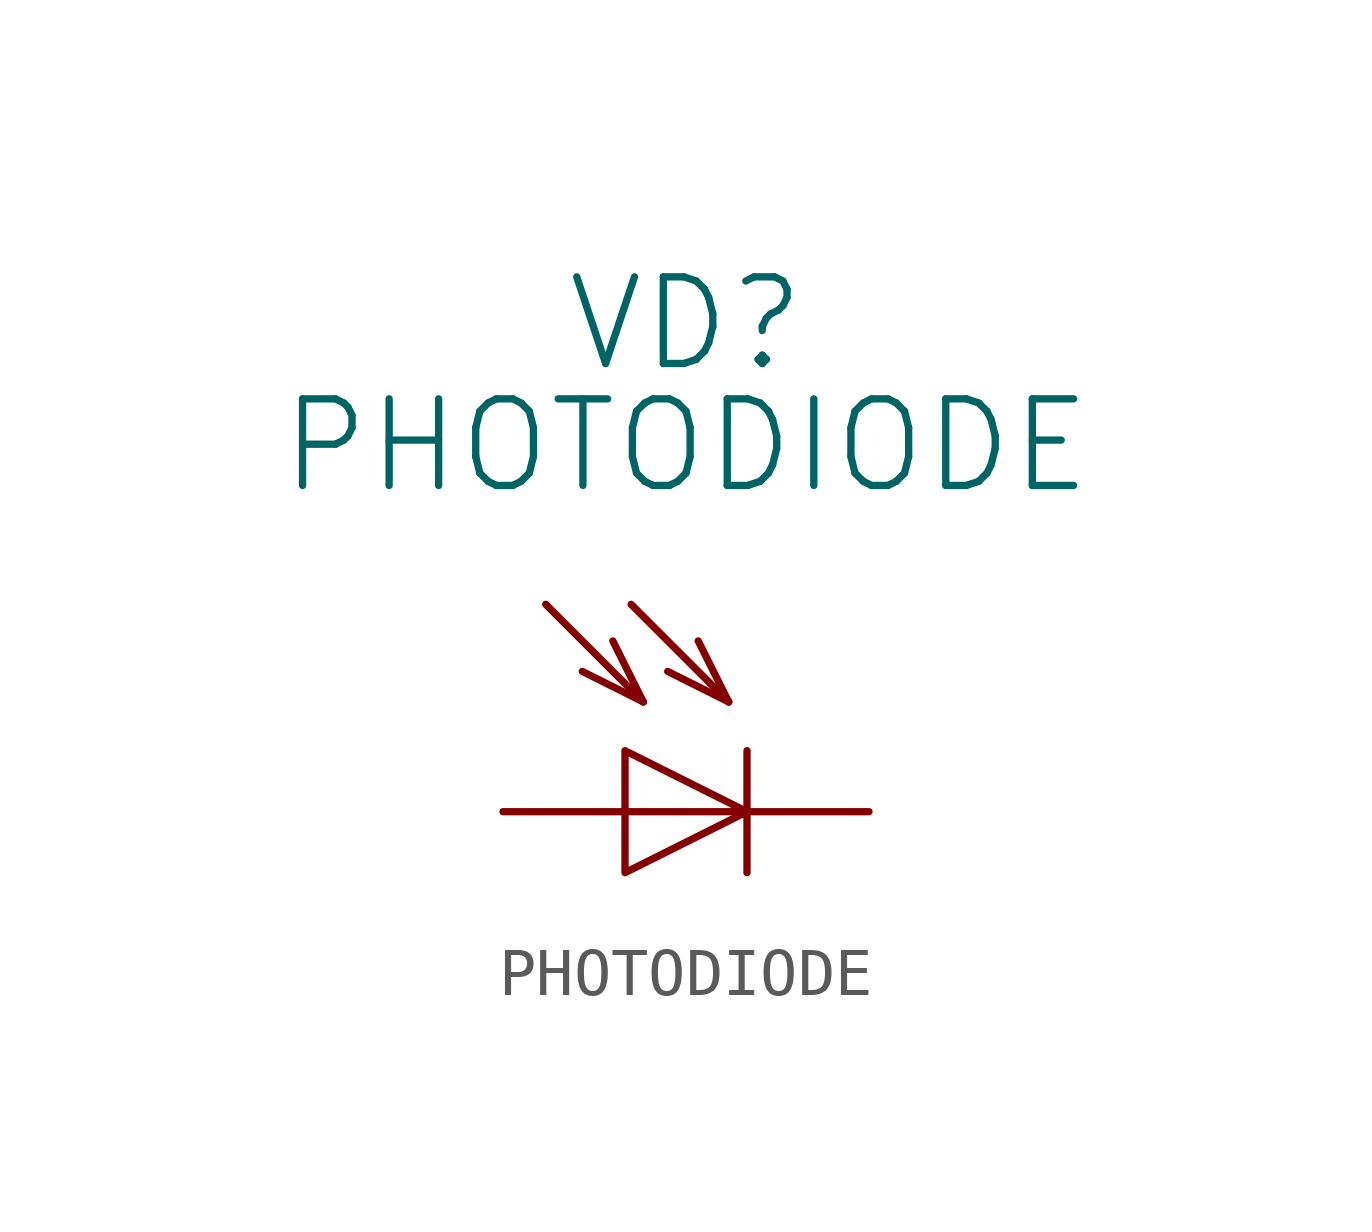
<source format=kicad_sym>
(kicad_symbol_lib
  (version 20211014)
  (generator kicad_symbol_editor)
  (symbol "PHOTODIODE"
    (pin_numbers hide)
    (pin_names
      (offset 1.016))
    (property "Reference" "VD"
      (at 3.81 10.16 0)
      (effects (font (size 1.803 1.803))))
    (property "Value" "PHOTODIODE"
      (at 3.81 7.62 0)
      (effects (font (size 1.803 1.803))))
    (property "Footprint" ""
      (at 0 0 0)
      (effects (font (size 1.524 1.524))))
    (property "Datasheet" ""
      (at 0 0 0)
      (effects (font (size 1.524 1.524))))
    (symbol "PHOTODIODE_0_1"
      (polyline (pts (xy 2.921 2.286) (xy 0.889 4.318)) (stroke (width 0) (type default) (color 0 0 0 0)) (fill (type none)))
      (polyline (pts (xy 2.921 2.286) (xy 1.651 2.921)) (stroke (width 0) (type default) (color 0 0 0 0)) (fill (type none)))
      (polyline (pts (xy 2.921 2.286) (xy 2.286 3.556)) (stroke (width 0) (type default) (color 0 0 0 0)) (fill (type none)))
      (polyline (pts (xy 4.699 2.286) (xy 2.667 4.318)) (stroke (width 0) (type default) (color 0 0 0 0)) (fill (type none)))
      (polyline (pts (xy 4.699 2.286) (xy 3.429 2.921)) (stroke (width 0) (type default) (color 0 0 0 0)) (fill (type none)))
      (polyline (pts (xy 4.699 2.286) (xy 4.064 3.556)) (stroke (width 0) (type default) (color 0 0 0 0)) (fill (type none)))
      (polyline (pts (xy 5.08 -1.27) (xy 5.08 1.27)) (stroke (width 0) (type default) (color 0 0 0 0)) (fill (type none)))
      (polyline (pts (xy 2.54 0) (xy 5.08 0) (xy 5.08 0)) (stroke (width 0) (type default) (color 0 0 0 0)) (fill (type none)))
      (polyline (pts (xy 2.54 -1.27) (xy 2.54 1.27) (xy 5.08 0) (xy 2.54 -1.27)) (stroke (width 0) (type default) (color 0 0 0 0)) (fill (type none))))
    (symbol "PHOTODIODE_1_1"
      (pin passive line (at 0 0 0) (length 2.54) (name "~" (effects (font (size 1.27 1.27)))) (number "1" (effects (font (size 1.27 1.27)))))
      (pin passive line (at 7.62 0 180) (length 2.54) (name "~" (effects (font (size 1.27 1.27)))) (number "2" (effects (font (size 1.27 1.27))))))))
</source>
